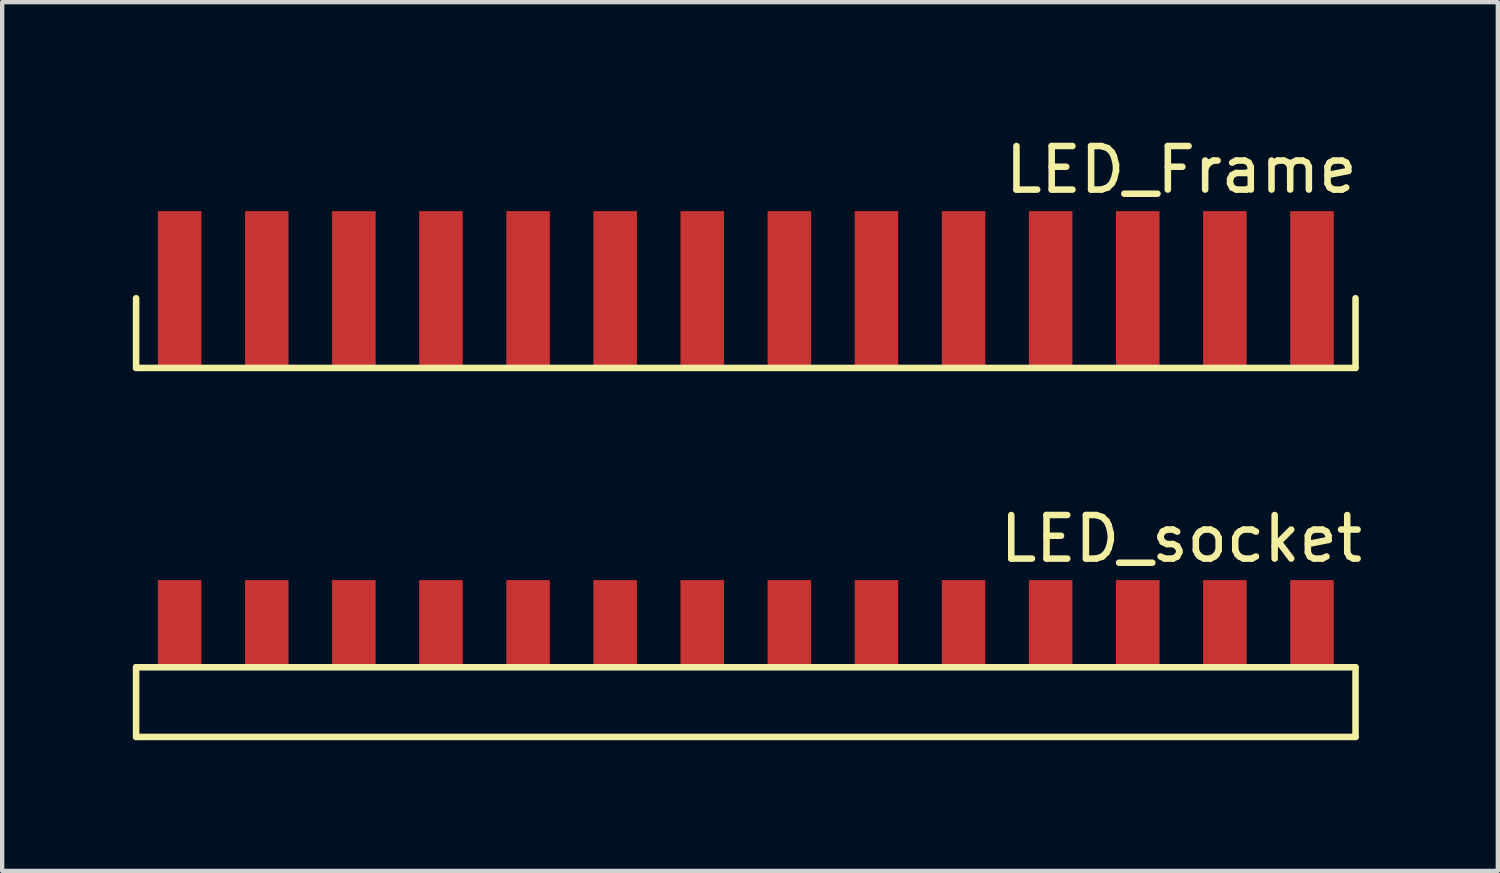
<source format=kicad_pcb>
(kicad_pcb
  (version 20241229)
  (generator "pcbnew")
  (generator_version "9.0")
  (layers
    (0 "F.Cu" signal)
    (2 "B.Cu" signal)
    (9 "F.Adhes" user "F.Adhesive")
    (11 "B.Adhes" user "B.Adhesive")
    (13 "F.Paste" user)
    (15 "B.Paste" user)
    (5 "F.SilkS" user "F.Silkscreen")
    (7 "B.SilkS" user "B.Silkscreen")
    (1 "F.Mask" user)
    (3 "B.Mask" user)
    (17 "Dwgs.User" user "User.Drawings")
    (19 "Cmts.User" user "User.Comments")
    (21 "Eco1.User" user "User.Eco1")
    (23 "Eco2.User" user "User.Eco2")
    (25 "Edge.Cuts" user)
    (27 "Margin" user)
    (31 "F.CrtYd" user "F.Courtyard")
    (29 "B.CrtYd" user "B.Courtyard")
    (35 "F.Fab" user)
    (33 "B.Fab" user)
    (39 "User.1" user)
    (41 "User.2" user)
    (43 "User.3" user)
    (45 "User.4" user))
  (footprint "LED_Frame"
    (layer "F.Cu")
    (at 14.075 3.798)
    (property "Reference" "LED_Frame" (at 10 -2.95 0) (layer "F.SilkS") (effects (font (size 1 1) (thickness 0.15))))
    (attr through_hole)
    (fp_line (start -14 0) (end -14 1.6) (stroke (width 0.15) (type solid)) (layer "F.SilkS"))
    (fp_line (start -14 1.6) (end 14 1.6) (stroke (width 0.15) (type solid)) (layer "F.SilkS"))
    (fp_line (start 14 1.6) (end 14 0) (stroke (width 0.15) (type solid)) (layer "F.SilkS"))
    (pad "1" smd rect (at -13 -0.2) (size 1 3.6) (layers "F.Cu" "F.Mask" "F.Paste"))
    (pad "2" smd rect (at -11 -0.2) (size 1 3.6) (layers "F.Cu" "F.Mask" "F.Paste"))
    (pad "3" smd rect (at -9 -0.2) (size 1 3.6) (layers "F.Cu" "F.Mask" "F.Paste"))
    (pad "4" smd rect (at -7 -0.2) (size 1 3.6) (layers "F.Cu" "F.Mask" "F.Paste"))
    (pad "5" smd rect (at -5 -0.2) (size 1 3.6) (layers "F.Cu" "F.Mask" "F.Paste"))
    (pad "6" smd rect (at -3 -0.2) (size 1 3.6) (layers "F.Cu" "F.Mask" "F.Paste"))
    (pad "7" smd rect (at -1 -0.2) (size 1 3.6) (layers "F.Cu" "F.Mask" "F.Paste"))
    (pad "8" smd rect (at 1 -0.2) (size 1 3.6) (layers "F.Cu" "F.Mask" "F.Paste"))
    (pad "9" smd rect (at 3 -0.2) (size 1 3.6) (layers "F.Cu" "F.Mask" "F.Paste"))
    (pad "10" smd rect (at 5 -0.2) (size 1 3.6) (layers "F.Cu" "F.Mask" "F.Paste"))
    (pad "11" smd rect (at 7 -0.2) (size 1 3.6) (layers "F.Cu" "F.Mask" "F.Paste"))
    (pad "12" smd rect (at 9 -0.2) (size 1 3.6) (layers "F.Cu" "F.Mask" "F.Paste"))
    (pad "13" smd rect (at 11 -0.2) (size 1 3.6) (layers "F.Cu" "F.Mask" "F.Paste"))
    (pad "14" smd rect (at 13 -0.2) (size 1 3.6) (layers "F.Cu" "F.Mask" "F.Paste")))
  (footprint "LED_socket"
    (layer "F.Cu")
    (at 14.075 12.271)
    (property "Reference" "LED_socket" (at 10 -2.95 0) (layer "F.SilkS") (effects (font (size 1 1) (thickness 0.15))))
    (attr through_hole)
    (fp_line (start -14 0) (end -14 1.6) (stroke (width 0.15) (type solid)) (layer "F.SilkS"))
    (fp_line (start -14 0) (end 14 0) (stroke (width 0.15) (type solid)) (layer "F.SilkS"))
    (fp_line (start -14 1.6) (end 14 1.6) (stroke (width 0.15) (type solid)) (layer "F.SilkS"))
    (fp_line (start 14 1.6) (end 14 0) (stroke (width 0.15) (type solid)) (layer "F.SilkS"))
    (pad "1" smd rect (at -13 -1) (size 1 2) (layers "F.Cu" "F.Mask" "F.Paste"))
    (pad "2" smd rect (at -11 -1) (size 1 2) (layers "F.Cu" "F.Mask" "F.Paste"))
    (pad "3" smd rect (at -9 -1) (size 1 2) (layers "F.Cu" "F.Mask" "F.Paste"))
    (pad "4" smd rect (at -7 -1) (size 1 2) (layers "F.Cu" "F.Mask" "F.Paste"))
    (pad "5" smd rect (at -5 -1) (size 1 2) (layers "F.Cu" "F.Mask" "F.Paste"))
    (pad "6" smd rect (at -3 -1) (size 1 2) (layers "F.Cu" "F.Mask" "F.Paste"))
    (pad "7" smd rect (at -1 -1) (size 1 2) (layers "F.Cu" "F.Mask" "F.Paste"))
    (pad "8" smd rect (at 1 -1) (size 1 2) (layers "F.Cu" "F.Mask" "F.Paste"))
    (pad "9" smd rect (at 3 -1) (size 1 2) (layers "F.Cu" "F.Mask" "F.Paste"))
    (pad "10" smd rect (at 5 -1) (size 1 2) (layers "F.Cu" "F.Mask" "F.Paste"))
    (pad "11" smd rect (at 7 -1) (size 1 2) (layers "F.Cu" "F.Mask" "F.Paste"))
    (pad "12" smd rect (at 9 -1) (size 1 2) (layers "F.Cu" "F.Mask" "F.Paste"))
    (pad "13" smd rect (at 11 -1) (size 1 2) (layers "F.Cu" "F.Mask" "F.Paste"))
    (pad "14" smd rect (at 13 -1) (size 1 2) (layers "F.Cu" "F.Mask" "F.Paste")))
  (gr_rect
    (start -3 -3)
    (end 31.343 16.947)
    (stroke (width 0.1) (type default))
    (fill no)
    (layer "Edge.Cuts")))
</source>
